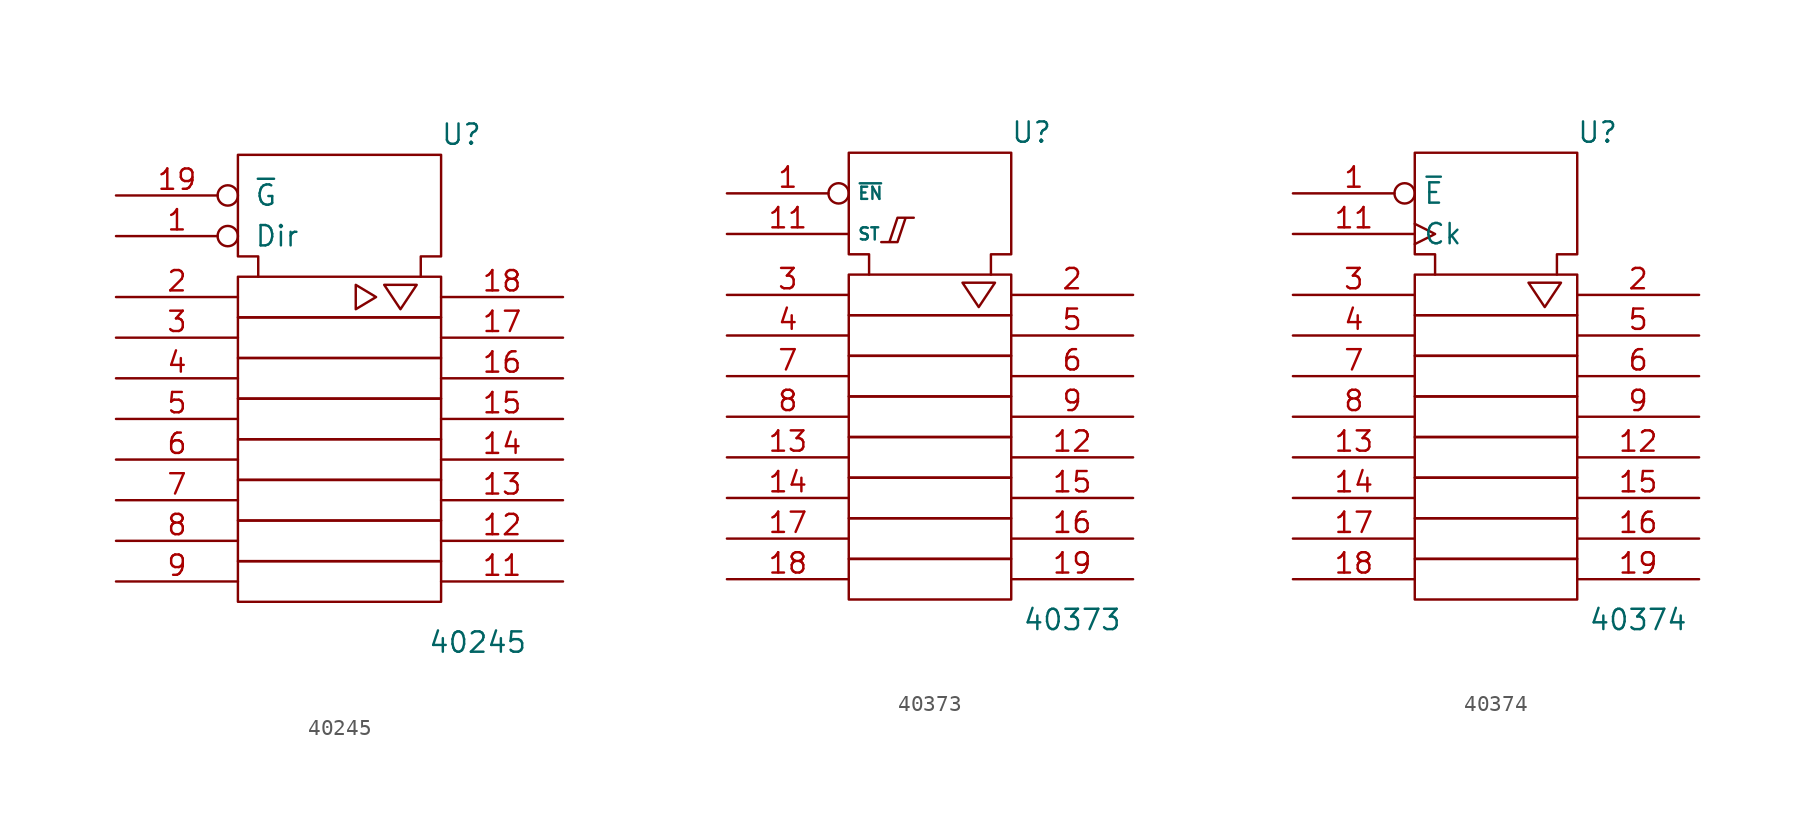
<source format=kicad_sym>
(kicad_symbol_lib
  (version 20201005)
  (generator kicad_symbol_editor)
  (symbol "40245"
    (pin_names
      (offset 1.016))
    (property "Reference" "U"
      (at 7.62 16.51 0)
      (effects (font (size 1.27 1.27))))
    (property "Value" "40245"
      (at 8.636 -15.24 0)
      (effects (font (size 1.27 1.27))))
    (symbol "40245_0_0"
      (polyline (pts (xy 1.016 7.112) (xy 1.016 5.588) (xy 2.286 6.35) (xy 1.016 7.112) (xy 1.016 7.112)) (stroke (width 0)) (fill (type none)))
      (polyline (pts (xy 3.302 7.112) (xy 4.826 7.112) (xy 3.81 5.588) (xy 2.794 7.112) (xy 3.302 7.112) (xy 3.302 7.112)) (stroke (width 0)) (fill (type none))))
    (symbol "40245_0_1"
      (rectangle (start -6.35 -10.16) (end 6.35 -12.7) (stroke (width 0)) (fill (type none)))
      (rectangle (start -6.35 -7.62) (end 6.35 -10.16) (stroke (width 0)) (fill (type none)))
      (rectangle (start -6.35 -5.08) (end 6.35 -7.62) (stroke (width 0)) (fill (type none)))
      (rectangle (start -6.35 -2.54) (end 6.35 -5.08) (stroke (width 0)) (fill (type none)))
      (rectangle (start -6.35 0) (end 6.35 -2.54) (stroke (width 0)) (fill (type none)))
      (rectangle (start -6.35 2.54) (end 6.35 0) (stroke (width 0)) (fill (type none)))
      (rectangle (start -6.35 5.08) (end 6.35 2.54) (stroke (width 0)) (fill (type none)))
      (rectangle (start -6.35 7.62) (end 6.35 5.08) (stroke (width 0)) (fill (type none)))
      (polyline (pts (xy -5.08 7.62) (xy -5.08 8.89) (xy -6.35 8.89) (xy -6.35 15.24) (xy 6.35 15.24) (xy 6.35 8.89) (xy 5.08 8.89) (xy 5.08 7.62) (xy 5.08 7.62)) (stroke (width 0)) (fill (type none))))
    (symbol "40245_1_0"
      (pin output inverted (at -13.97 10.16 0) (length 7.62) (name "Dir" (effects (font (size 1.27 1.27)))) (number "1" (effects (font (size 1.27 1.27)))))
      (pin power_in line (at 0 15.24 270) (length 0) hide (name "Vss" (effects (font (size 1.27 1.27)))) (number "10" (effects (font (size 1.27 1.27)))))
      (pin bidirectional line (at 13.97 -11.43 180) (length 7.62) (name "~" (effects (font (size 1.27 1.27)))) (number "11" (effects (font (size 1.27 1.27)))))
      (pin bidirectional line (at 13.97 -8.89 180) (length 7.62) (name "~" (effects (font (size 1.27 1.27)))) (number "12" (effects (font (size 1.27 1.27)))))
      (pin bidirectional line (at 13.97 -6.35 180) (length 7.62) (name "~" (effects (font (size 1.27 1.27)))) (number "13" (effects (font (size 1.27 1.27)))))
      (pin bidirectional line (at 13.97 -3.81 180) (length 7.62) (name "~" (effects (font (size 1.27 1.27)))) (number "14" (effects (font (size 1.27 1.27)))))
      (pin bidirectional line (at 13.97 -1.27 180) (length 7.62) (name "~" (effects (font (size 1.27 1.27)))) (number "15" (effects (font (size 1.27 1.27)))))
      (pin bidirectional line (at 13.97 1.27 180) (length 7.62) (name "~" (effects (font (size 1.27 1.27)))) (number "16" (effects (font (size 1.27 1.27)))))
      (pin bidirectional line (at 13.97 3.81 180) (length 7.62) (name "~" (effects (font (size 1.27 1.27)))) (number "17" (effects (font (size 1.27 1.27)))))
      (pin bidirectional line (at 13.97 6.35 180) (length 7.62) (name "~" (effects (font (size 1.27 1.27)))) (number "18" (effects (font (size 1.27 1.27)))))
      (pin output inverted (at -13.97 12.7 0) (length 7.62) (name "~G" (effects (font (size 1.27 1.27)))) (number "19" (effects (font (size 1.27 1.27)))))
      (pin output line (at -13.97 6.35 0) (length 7.62) (name "~" (effects (font (size 1.27 1.27)))) (number "2" (effects (font (size 1.27 1.27)))))
      (pin power_in line (at 3.81 15.24 270) (length 0) hide (name "Vdd" (effects (font (size 1.27 1.27)))) (number "20" (effects (font (size 1.27 1.27)))))
      (pin output line (at -13.97 3.81 0) (length 7.62) (name "~" (effects (font (size 1.27 1.27)))) (number "3" (effects (font (size 1.27 1.27)))))
      (pin output line (at -13.97 1.27 0) (length 7.62) (name "~" (effects (font (size 1.27 1.27)))) (number "4" (effects (font (size 1.27 1.27)))))
      (pin output line (at -13.97 -1.27 0) (length 7.62) (name "~" (effects (font (size 1.27 1.27)))) (number "5" (effects (font (size 1.27 1.27)))))
      (pin output line (at -13.97 -3.81 0) (length 7.62) (name "~" (effects (font (size 1.27 1.27)))) (number "6" (effects (font (size 1.27 1.27)))))
      (pin output line (at -13.97 -6.35 0) (length 7.62) (name "~" (effects (font (size 1.27 1.27)))) (number "7" (effects (font (size 1.27 1.27)))))
      (pin output line (at -13.97 -8.89 0) (length 7.62) (name "~" (effects (font (size 1.27 1.27)))) (number "8" (effects (font (size 1.27 1.27)))))
      (pin output line (at -13.97 -11.43 0) (length 7.62) (name "~" (effects (font (size 1.27 1.27)))) (number "9" (effects (font (size 1.27 1.27)))))))
  (symbol "40373"
    (property "Reference" "U"
      (at 6.35 13.97 0)
      (effects (font (size 1.27 1.27))))
    (property "Value" "40373"
      (at 8.89 -16.51 0)
      (effects (font (size 1.27 1.27))))
    (symbol "40373_0_0"
      (pin input inverted (at -12.7 10.16 0) (length 7.62) (name "~EN" (effects (font (size 0.762 0.762)))) (number "1" (effects (font (size 1.27 1.27)))))
      (pin power_in line (at -1.27 12.7 270) (length 0) hide (name "Vss" (effects (font (size 0.762 0.762)))) (number "10" (effects (font (size 1.27 1.27)))))
      (pin input line (at -12.7 7.62 0) (length 7.62) (name "ST" (effects (font (size 0.762 0.762)))) (number "11" (effects (font (size 1.27 1.27)))))
      (pin power_in line (at 2.54 12.7 270) (length 0) hide (name "Vdd" (effects (font (size 0.762 0.762)))) (number "20" (effects (font (size 1.27 1.27))))))
    (symbol "40373_0_1"
      (rectangle (start -5.08 -12.7) (end 5.08 -15.24) (stroke (width 0)) (fill (type none)))
      (rectangle (start -5.08 -10.16) (end 5.08 -12.7) (stroke (width 0)) (fill (type none)))
      (rectangle (start -5.08 -7.62) (end 5.08 -10.16) (stroke (width 0)) (fill (type none)))
      (rectangle (start -5.08 -5.08) (end 5.08 -7.62) (stroke (width 0)) (fill (type none)))
      (rectangle (start -5.08 -2.54) (end 5.08 -5.08) (stroke (width 0)) (fill (type none)))
      (rectangle (start -5.08 0) (end 5.08 -2.54) (stroke (width 0)) (fill (type none)))
      (rectangle (start -5.08 2.54) (end 5.08 0) (stroke (width 0)) (fill (type none)))
      (rectangle (start -5.08 5.08) (end 5.08 2.54) (stroke (width 0)) (fill (type none)))
      (polyline (pts (xy 2.032 4.572) (xy 4.064 4.572) (xy 3.048 3.048) (xy 2.032 4.572) (xy 2.032 4.572)) (stroke (width 0)) (fill (type none)))
      (polyline (pts (xy -2.54 7.112) (xy -2.032 7.112) (xy -1.524 8.636) (xy -1.016 8.636) (xy -2.032 8.636) (xy -2.54 7.112) (xy -3.048 7.112) (xy -3.048 7.112)) (stroke (width 0)) (fill (type none)))
      (polyline (pts (xy -3.81 5.08) (xy -3.81 6.35) (xy -5.08 6.35) (xy -5.08 12.7) (xy 5.08 12.7) (xy 5.08 6.35) (xy 3.81 6.35) (xy 3.81 5.08) (xy 3.81 5.08)) (stroke (width 0)) (fill (type none))))
    (symbol "40373_1_0"
      (pin output line (at 12.7 -6.35 180) (length 7.62) (name "~" (effects (font (size 0.762 0.762)))) (number "12" (effects (font (size 1.27 1.27)))))
      (pin input line (at -12.7 -6.35 0) (length 7.62) (name "~" (effects (font (size 0.762 0.762)))) (number "13" (effects (font (size 1.27 1.27)))))
      (pin input line (at -12.7 -8.89 0) (length 7.62) (name "~" (effects (font (size 0.762 0.762)))) (number "14" (effects (font (size 1.27 1.27)))))
      (pin output line (at 12.7 -8.89 180) (length 7.62) (name "~" (effects (font (size 0.762 0.762)))) (number "15" (effects (font (size 1.27 1.27)))))
      (pin output line (at 12.7 -11.43 180) (length 7.62) (name "~" (effects (font (size 0.762 0.762)))) (number "16" (effects (font (size 1.27 1.27)))))
      (pin input line (at -12.7 -11.43 0) (length 7.62) (name "~" (effects (font (size 0.762 0.762)))) (number "17" (effects (font (size 1.27 1.27)))))
      (pin input line (at -12.7 -13.97 0) (length 7.62) (name "~" (effects (font (size 0.762 0.762)))) (number "18" (effects (font (size 1.27 1.27)))))
      (pin output line (at 12.7 -13.97 180) (length 7.62) (name "~" (effects (font (size 0.762 0.762)))) (number "19" (effects (font (size 1.27 1.27)))))
      (pin output line (at 12.7 3.81 180) (length 7.62) (name "~" (effects (font (size 0.762 0.762)))) (number "2" (effects (font (size 1.27 1.27)))))
      (pin input line (at -12.7 3.81 0) (length 7.62) (name "~" (effects (font (size 0.762 0.762)))) (number "3" (effects (font (size 1.27 1.27)))))
      (pin input line (at -12.7 1.27 0) (length 7.62) (name "~" (effects (font (size 0.762 0.762)))) (number "4" (effects (font (size 1.27 1.27)))))
      (pin output line (at 12.7 1.27 180) (length 7.62) (name "~" (effects (font (size 0.762 0.762)))) (number "5" (effects (font (size 1.27 1.27)))))
      (pin output line (at 12.7 -1.27 180) (length 7.62) (name "~" (effects (font (size 0.762 0.762)))) (number "6" (effects (font (size 1.27 1.27)))))
      (pin input line (at -12.7 -1.27 0) (length 7.62) (name "~" (effects (font (size 0.762 0.762)))) (number "7" (effects (font (size 1.27 1.27)))))
      (pin input line (at -12.7 -3.81 0) (length 7.62) (name "~" (effects (font (size 0.762 0.762)))) (number "8" (effects (font (size 1.27 1.27)))))
      (pin output line (at 12.7 -3.81 180) (length 7.62) (name "~" (effects (font (size 0.762 0.762)))) (number "9" (effects (font (size 1.27 1.27)))))))
  (symbol "40374"
    (property "Reference" "U"
      (at 6.35 13.97 0)
      (effects (font (size 1.27 1.27))))
    (property "Value" "40374"
      (at 8.89 -16.51 0)
      (effects (font (size 1.27 1.27))))
    (symbol "40374_0_0"
      (pin input inverted (at -12.7 10.16 0) (length 7.62) (name "~E" (effects (font (size 1.27 1.27)))) (number "1" (effects (font (size 1.27 1.27)))))
      (pin power_in line (at 0 12.7 270) (length 0) hide (name "Vss" (effects (font (size 1.27 1.27)))) (number "10" (effects (font (size 1.27 1.27)))))
      (pin input clock (at -12.7 7.62 0) (length 7.62) (name "Ck" (effects (font (size 1.27 1.27)))) (number "11" (effects (font (size 1.27 1.27)))))
      (pin power_in line (at 3.81 12.7 270) (length 0) hide (name "Vdd" (effects (font (size 1.27 1.27)))) (number "20" (effects (font (size 1.27 1.27))))))
    (symbol "40374_0_1"
      (rectangle (start -5.08 -12.7) (end 5.08 -15.24) (stroke (width 0)) (fill (type none)))
      (rectangle (start -5.08 -10.16) (end 5.08 -12.7) (stroke (width 0)) (fill (type none)))
      (rectangle (start -5.08 -7.62) (end 5.08 -10.16) (stroke (width 0)) (fill (type none)))
      (rectangle (start -5.08 -5.08) (end 5.08 -7.62) (stroke (width 0)) (fill (type none)))
      (rectangle (start -5.08 -2.54) (end 5.08 -5.08) (stroke (width 0)) (fill (type none)))
      (rectangle (start -5.08 0) (end 5.08 -2.54) (stroke (width 0)) (fill (type none)))
      (rectangle (start -5.08 2.54) (end 5.08 0) (stroke (width 0)) (fill (type none)))
      (rectangle (start -5.08 5.08) (end 5.08 2.54) (stroke (width 0)) (fill (type none)))
      (polyline (pts (xy 2.032 4.572) (xy 4.064 4.572) (xy 3.048 3.048) (xy 2.032 4.572) (xy 2.032 4.572)) (stroke (width 0)) (fill (type none)))
      (polyline (pts (xy -3.81 5.08) (xy -3.81 6.35) (xy -5.08 6.35) (xy -5.08 12.7) (xy 5.08 12.7) (xy 5.08 6.35) (xy 3.81 6.35) (xy 3.81 5.08) (xy 3.81 5.08)) (stroke (width 0)) (fill (type none))))
    (symbol "40374_1_0"
      (pin tri_state line (at 12.7 -6.35 180) (length 7.62) (name "~" (effects (font (size 1.27 1.27)))) (number "12" (effects (font (size 1.27 1.27)))))
      (pin input line (at -12.7 -6.35 0) (length 7.62) (name "~" (effects (font (size 1.27 1.27)))) (number "13" (effects (font (size 1.27 1.27)))))
      (pin input line (at -12.7 -8.89 0) (length 7.62) (name "~" (effects (font (size 1.27 1.27)))) (number "14" (effects (font (size 1.27 1.27)))))
      (pin tri_state line (at 12.7 -8.89 180) (length 7.62) (name "~" (effects (font (size 1.27 1.27)))) (number "15" (effects (font (size 1.27 1.27)))))
      (pin tri_state line (at 12.7 -11.43 180) (length 7.62) (name "~" (effects (font (size 1.27 1.27)))) (number "16" (effects (font (size 1.27 1.27)))))
      (pin input line (at -12.7 -11.43 0) (length 7.62) (name "~" (effects (font (size 1.27 1.27)))) (number "17" (effects (font (size 1.27 1.27)))))
      (pin input line (at -12.7 -13.97 0) (length 7.62) (name "~" (effects (font (size 1.27 1.27)))) (number "18" (effects (font (size 1.27 1.27)))))
      (pin tri_state line (at 12.7 -13.97 180) (length 7.62) (name "~" (effects (font (size 1.27 1.27)))) (number "19" (effects (font (size 1.27 1.27)))))
      (pin tri_state line (at 12.7 3.81 180) (length 7.62) (name "~" (effects (font (size 1.27 1.27)))) (number "2" (effects (font (size 1.27 1.27)))))
      (pin input line (at -12.7 3.81 0) (length 7.62) (name "~" (effects (font (size 1.27 1.27)))) (number "3" (effects (font (size 1.27 1.27)))))
      (pin input line (at -12.7 1.27 0) (length 7.62) (name "~" (effects (font (size 1.27 1.27)))) (number "4" (effects (font (size 1.27 1.27)))))
      (pin tri_state line (at 12.7 1.27 180) (length 7.62) (name "~" (effects (font (size 1.27 1.27)))) (number "5" (effects (font (size 1.27 1.27)))))
      (pin tri_state line (at 12.7 -1.27 180) (length 7.62) (name "~" (effects (font (size 1.27 1.27)))) (number "6" (effects (font (size 1.27 1.27)))))
      (pin input line (at -12.7 -1.27 0) (length 7.62) (name "~" (effects (font (size 1.27 1.27)))) (number "7" (effects (font (size 1.27 1.27)))))
      (pin input line (at -12.7 -3.81 0) (length 7.62) (name "~" (effects (font (size 1.27 1.27)))) (number "8" (effects (font (size 1.27 1.27)))))
      (pin tri_state line (at 12.7 -3.81 180) (length 7.62) (name "~" (effects (font (size 1.27 1.27)))) (number "9" (effects (font (size 1.27 1.27))))))))
</source>
